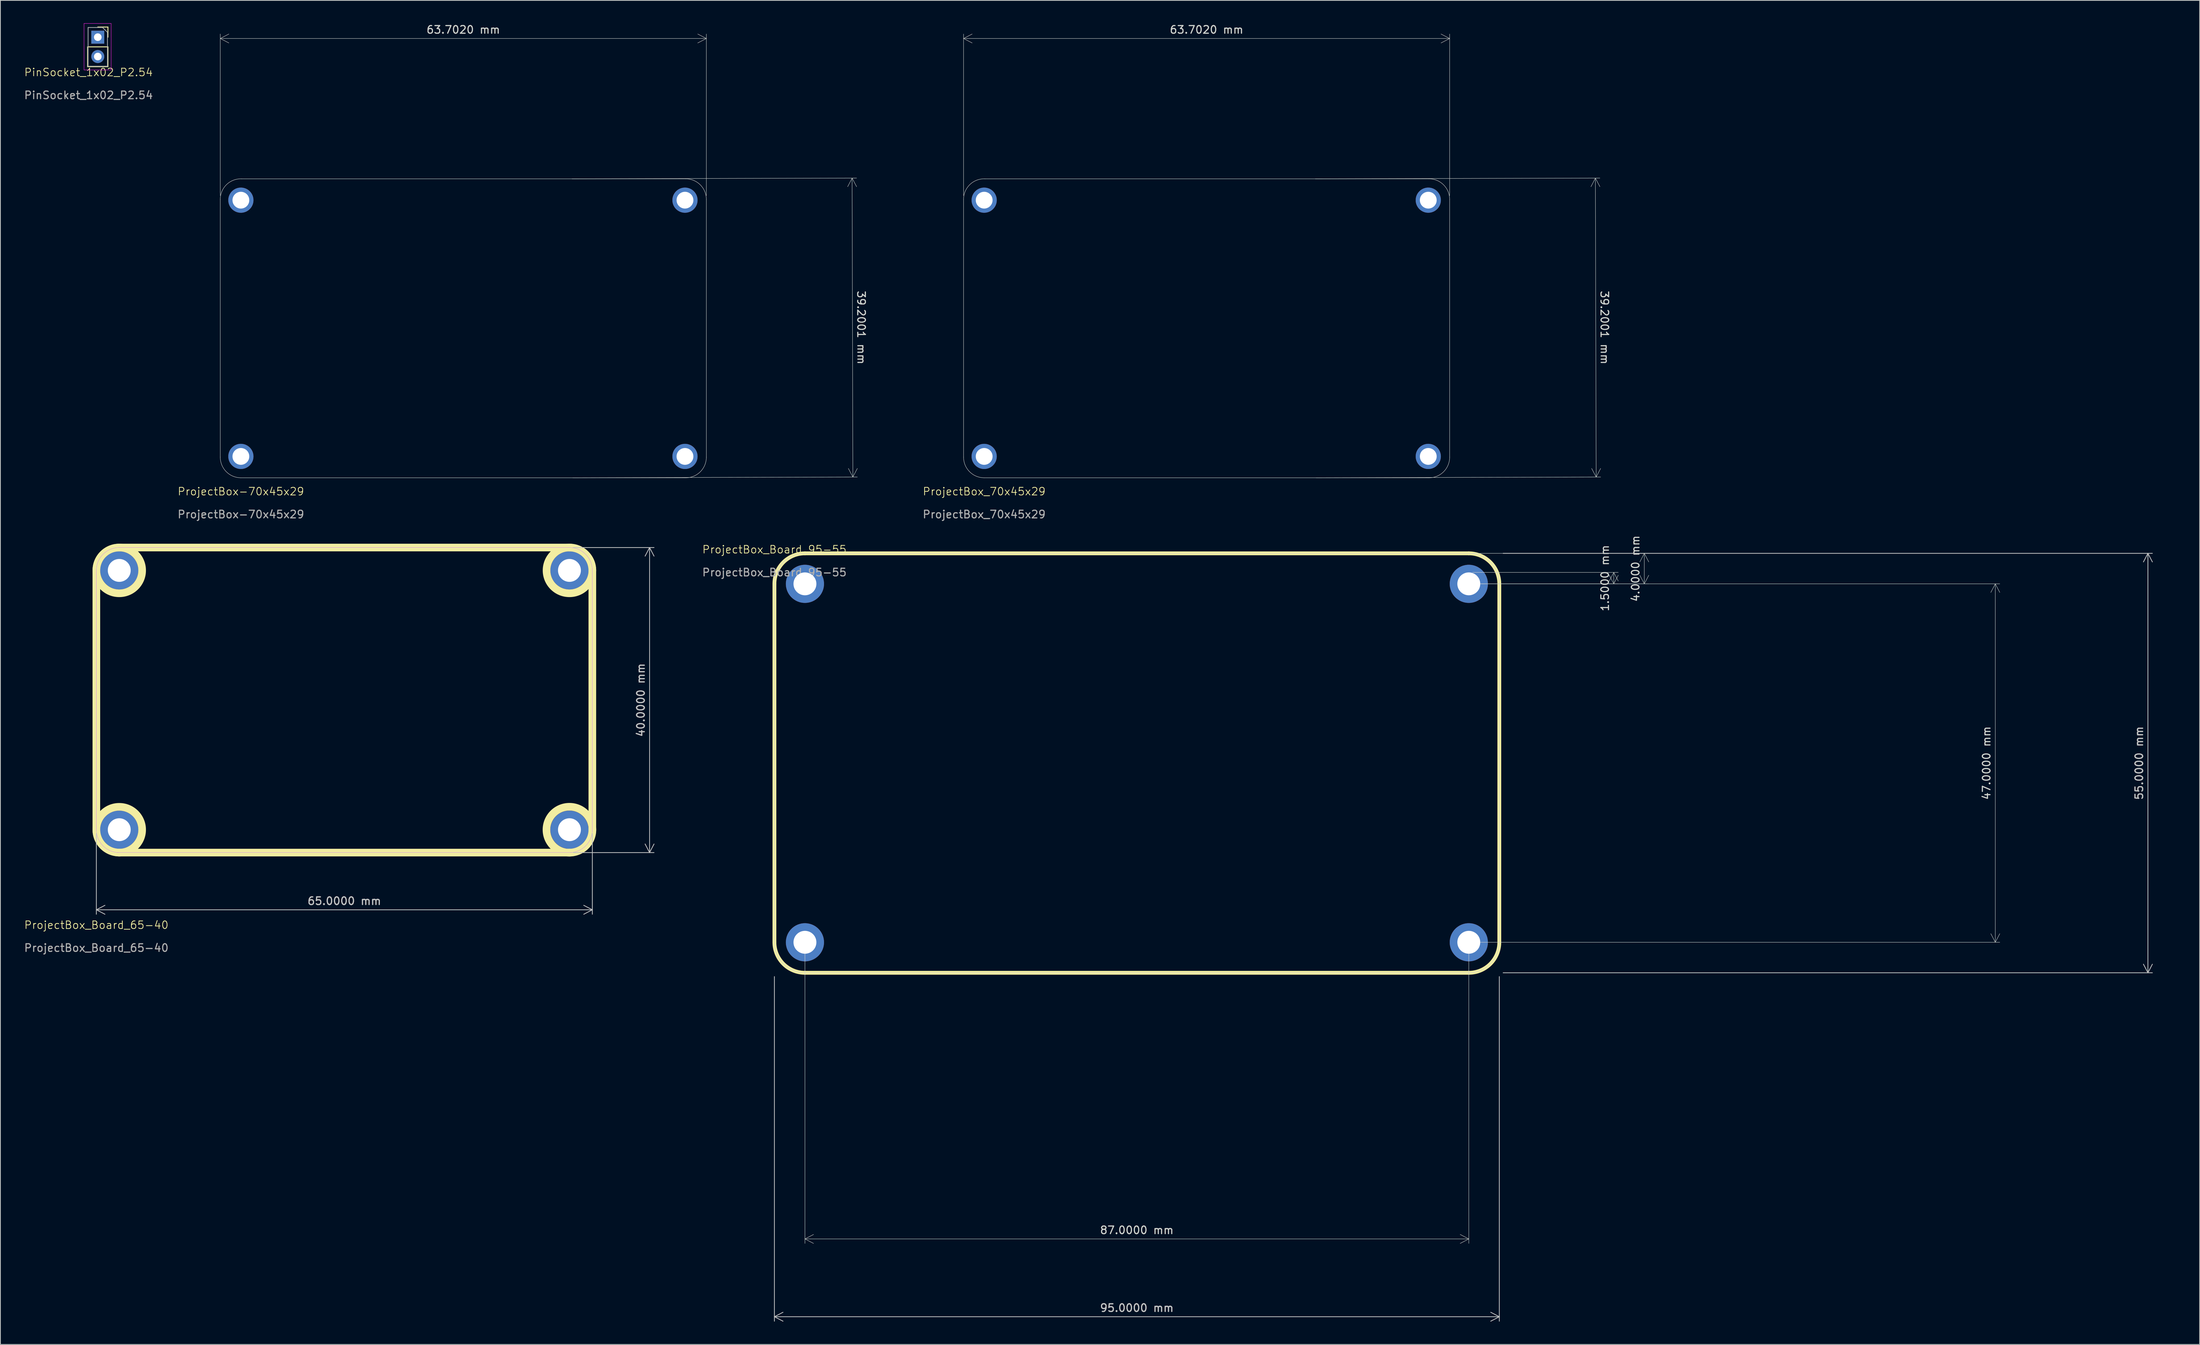
<source format=kicad_pcb>
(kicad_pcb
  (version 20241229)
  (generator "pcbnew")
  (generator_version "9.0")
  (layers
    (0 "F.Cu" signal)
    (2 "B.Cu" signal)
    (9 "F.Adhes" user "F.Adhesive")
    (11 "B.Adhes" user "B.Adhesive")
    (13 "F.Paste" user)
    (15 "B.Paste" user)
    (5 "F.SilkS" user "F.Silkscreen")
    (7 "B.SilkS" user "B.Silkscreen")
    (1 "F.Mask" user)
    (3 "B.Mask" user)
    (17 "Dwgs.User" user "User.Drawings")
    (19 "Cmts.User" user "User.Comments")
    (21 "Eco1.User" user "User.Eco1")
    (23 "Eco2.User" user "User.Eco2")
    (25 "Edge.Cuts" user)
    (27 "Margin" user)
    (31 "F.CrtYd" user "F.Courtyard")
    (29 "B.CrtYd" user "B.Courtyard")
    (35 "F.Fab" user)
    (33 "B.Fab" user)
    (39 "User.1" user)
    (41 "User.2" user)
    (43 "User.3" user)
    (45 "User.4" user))
  (footprint "PinSocket_1x02_P2.54"
    (layer "F.Cu")
    (at 8.554 6.935)
    (property "Reference" "PinSocket_1x02_P2.54" (at 0 -0.5 0) (unlocked yes) (layer "F.SilkS") (effects (font (size 1 1) (thickness 0.1))))
    (attr through_hole)
    (fp_line (start -0.12 -3.84) (end -0.12 -1.24) (stroke (width 0.12) (type solid)) (layer "F.SilkS"))
    (fp_line (start -0.12 -3.84) (end 2.54 -3.84) (stroke (width 0.12) (type solid)) (layer "F.SilkS"))
    (fp_line (start -0.12 -1.24) (end 2.54 -1.24) (stroke (width 0.12) (type solid)) (layer "F.SilkS"))
    (fp_line (start 1.21 -6.44) (end 2.54 -6.44) (stroke (width 0.12) (type solid)) (layer "F.SilkS"))
    (fp_line (start 2.54 -6.44) (end 2.54 -5.11) (stroke (width 0.12) (type solid)) (layer "F.SilkS"))
    (fp_line (start 2.54 -3.84) (end 2.54 -1.24) (stroke (width 0.12) (type solid)) (layer "F.SilkS"))
    (fp_line (start -0.59 -6.91) (end 2.96 -6.91) (stroke (width 0.05) (type solid)) (layer "F.CrtYd"))
    (fp_line (start -0.59 -0.81) (end -0.59 -6.91) (stroke (width 0.05) (type solid)) (layer "F.CrtYd"))
    (fp_line (start 2.96 -6.91) (end 2.96 -0.81) (stroke (width 0.05) (type solid)) (layer "F.CrtYd"))
    (fp_line (start 2.96 -0.81) (end -0.59 -0.81) (stroke (width 0.05) (type solid)) (layer "F.CrtYd"))
    (fp_line (start -0.06 -6.38) (end 1.845 -6.38) (stroke (width 0.1) (type solid)) (layer "F.Fab"))
    (fp_line (start -0.06 -1.3) (end -0.06 -6.38) (stroke (width 0.1) (type solid)) (layer "F.Fab"))
    (fp_line (start 1.845 -6.38) (end 2.48 -5.745) (stroke (width 0.1) (type solid)) (layer "F.Fab"))
    (fp_line (start 2.48 -5.745) (end 2.48 -1.3) (stroke (width 0.1) (type solid)) (layer "F.Fab"))
    (fp_line (start 2.48 -1.3) (end -0.06 -1.3) (stroke (width 0.1) (type solid)) (layer "F.Fab"))
    (fp_text user "${REFERENCE}" (at 0 2.5 0) (unlocked yes) (layer "F.Fab") (effects (font (size 1 1) (thickness 0.15))))
    (pad "1" thru_hole rect (at 1.21 -5.11) (size 1.7 1.7) (drill 1) (layers "*.Cu" "*.Mask"))
    (pad "2" thru_hole oval (at 1.21 -2.57) (size 1.7 1.7) (drill 1) (layers "*.Cu" "*.Mask")))
  (footprint "ProjectBox_70x45x29"
    (layer "F.Cu")
    (at 125.928 61.898)
    (property "Reference" "ProjectBox_70x45x29" (at 0 -0.5 0) (unlocked yes) (layer "F.SilkS") (effects (font (size 1 1) (thickness 0.1))))
    (attr through_hole)
    (fp_line (start -2.702 -38.8) (end -2.7 -5) (stroke (width 0.05) (type default)) (layer "Edge.Cuts"))
    (fp_line (start 0 -2.3) (end 58.2 -2.3) (stroke (width 0.05) (type default)) (layer "Edge.Cuts"))
    (fp_line (start 58.3 -41.5) (end 0.1 -41.5) (stroke (width 0.05) (type default)) (layer "Edge.Cuts"))
    (fp_line (start 61.002 -5) (end 61 -38.8) (stroke (width 0.05) (type default)) (layer "Edge.Cuts"))
    (fp_arc (start -2.701851 -38.8) (mid -1.874808 -40.745531) (end 0.1 -41.5) (stroke (width 0.05) (type default)) (layer "Edge.Cuts"))
    (fp_arc (start 0 -2.3) (mid -1.909188 -3.090812) (end -2.7 -5) (stroke (width 0.05) (type default)) (layer "Edge.Cuts"))
    (fp_arc (start 58.3 -41.5) (mid 60.209188 -40.709188) (end 61 -38.8) (stroke (width 0.05) (type default)) (layer "Edge.Cuts"))
    (fp_arc (start 61.001851 -5) (mid 60.174808 -3.054469) (end 58.2 -2.3) (stroke (width 0.05) (type default)) (layer "Edge.Cuts"))
    (fp_text user "${REFERENCE}" (at 0 2.5 0) (unlocked yes) (layer "F.Fab") (effects (font (size 1 1) (thickness 0.15))))
    (dimension (type aligned) (layer "Edge.Cuts") (pts (xy 123.226 23.098) (xy 186.928 23.098)) (height -21.1) (format (prefix "") (suffix "") (units 3) (units_format 1) (precision 4)) (style (thickness 0.05) (arrow_length 1.27) (text_position_mode 0) (arrow_direction outward) (extension_height 0.586) (extension_offset 0.5) (keep_text_aligned yes)) (gr_text "63.7019 mm" (at 155.077 0.848 0) (layer "Edge.Cuts") (effects (font (size 1 1) (thickness 0.15)))))
    (dimension (type aligned) (layer "Edge.Cuts") (pts (xy 168.928 59.598) (xy 168.828 20.398)) (height 37.203) (format (prefix "") (suffix "") (units 3) (units_format 1) (precision 4)) (style (thickness 0.05) (arrow_length 1.27) (text_position_mode 0) (arrow_direction outward) (extension_height 0.586) (extension_offset 0.5) (keep_text_aligned yes)) (gr_text "39.2001 mm" (at 207.23 39.9 -89.854) (layer "Edge.Cuts") (effects (font (size 1 1) (thickness 0.15)))))
    (dimension (type aligned) (layer "User.1") (pts (xy 184.128 23.198) (xy 184.128 56.798)) (height -11.9) (format (prefix "") (suffix "") (units 3) (units_format 1) (precision 4)) (style (thickness 0.1) (arrow_length 1.27) (text_position_mode 0) (arrow_direction outward) (extension_height 0.586) (extension_offset 0.5) (keep_text_aligned yes)) (gr_text "33.6000 mm" (at 194.878 39.998 90) (layer "User.1") (effects (font (size 1 1) (thickness 0.15)))))
    (dimension (type aligned) (layer "User.1") (pts (xy 125.928 23.198) (xy 184.128 23.198)) (height -11.4) (format (prefix "") (suffix "") (units 3) (units_format 1) (precision 4)) (style (thickness 0.1) (arrow_length 1.27) (text_position_mode 0) (arrow_direction outward) (extension_height 0.586) (extension_offset 0.5) (keep_text_aligned yes)) (gr_text "58.2000 mm" (at 155.028 10.648 0) (layer "User.1") (effects (font (size 1 1) (thickness 0.15)))))
    (pad "1" thru_hole circle (at 0 -38.7) (size 3.3 3.3) (drill 2.2) (layers "*.Cu" "*.Mask"))
    (pad "1" thru_hole circle (at 0 -5.1) (size 3.3 3.3) (drill 2.2) (layers "*.Cu" "*.Mask"))
    (pad "1" thru_hole circle (at 58.2 -38.7) (size 3.3 3.3) (drill 2.2) (layers "*.Cu" "*.Mask"))
    (pad "1" thru_hole circle (at 58.2 -5.1) (size 3.3 3.3) (drill 2.2) (layers "*.Cu" "*.Mask")))
  (footprint "ProjectBox_Board_95-55"
    (layer "F.Cu")
    (at 98.439 69.507)
    (property "Reference" "ProjectBox_Board_95-55" (at 0 -0.5 0) (unlocked yes) (layer "F.SilkS") (effects (font (size 1 1) (thickness 0.1))))
    (attr through_hole)
    (fp_line (start 0 51) (end 0 4) (stroke (width 0.5) (type default)) (layer "F.SilkS"))
    (fp_line (start 4 0) (end 91 0) (stroke (width 0.5) (type default)) (layer "F.SilkS"))
    (fp_line (start 91 55) (end 4 55) (stroke (width 0.5) (type default)) (layer "F.SilkS"))
    (fp_line (start 95 4) (end 95 51) (stroke (width 0.5) (type default)) (layer "F.SilkS"))
    (fp_arc (start 0 4) (mid 1.171573 1.171573) (end 4 0) (stroke (width 0.5) (type default)) (layer "F.SilkS"))
    (fp_arc (start 4 55) (mid 1.171572 53.828427) (end 0 51) (stroke (width 0.5) (type default)) (layer "F.SilkS"))
    (fp_arc (start 91 0) (mid 93.828427 1.171573) (end 95 4) (stroke (width 0.5) (type default)) (layer "F.SilkS"))
    (fp_arc (start 95 51) (mid 93.828427 53.828427) (end 91 55) (stroke (width 0.5) (type default)) (layer "F.SilkS"))
    (fp_line (start 0 51) (end 0 4) (stroke (width 0.05) (type default)) (layer "Edge.Cuts"))
    (fp_line (start 4 0) (end 91 0) (stroke (width 0.05) (type default)) (layer "Edge.Cuts"))
    (fp_line (start 91 55) (end 4 55) (stroke (width 0.05) (type default)) (layer "Edge.Cuts"))
    (fp_line (start 95 4) (end 95 51) (stroke (width 0.05) (type default)) (layer "Edge.Cuts"))
    (fp_arc (start 0 4) (mid 1.171573 1.171573) (end 4 0) (stroke (width 0.05) (type default)) (layer "Edge.Cuts"))
    (fp_arc (start 4 55) (mid 1.171573 53.828427) (end 0 51) (stroke (width 0.05) (type default)) (layer "Edge.Cuts"))
    (fp_arc (start 91 0) (mid 93.828427 1.171573) (end 95 4) (stroke (width 0.05) (type default)) (layer "Edge.Cuts"))
    (fp_arc (start 95 51) (mid 93.828427 53.828427) (end 91 55) (stroke (width 0.05) (type default)) (layer "Edge.Cuts"))
    (fp_text user "${REFERENCE}" (at 0 2.5 0) (unlocked yes) (layer "F.Fab") (effects (font (size 1 1) (thickness 0.15))))
    (dimension (type aligned) (layer "Dwgs.User") (pts (xy 98.439 124.507) (xy 193.439 124.507)) (height 45.1) (format (prefix "") (suffix "") (units 3) (units_format 1) (precision 4)) (style (thickness 0.1) (arrow_length 1.27) (text_position_mode 0) (arrow_direction outward) (extension_height 0.586) (extension_offset 0.5) (keep_text_aligned yes)) (gr_text "95.0000 mm" (at 145.939 168.457 0) (layer "Dwgs.User") (effects (font (size 1 1) (thickness 0.15)))))
    (dimension (type aligned) (layer "Dwgs.User") (pts (xy 193.439 69.507) (xy 193.439 124.507)) (height -85) (format (prefix "") (suffix "") (units 3) (units_format 1) (precision 4)) (style (thickness 0.1) (arrow_length 1.27) (text_position_mode 0) (arrow_direction outward) (extension_height 0.586) (extension_offset 0.5) (keep_text_aligned yes)) (gr_text "55.0000 mm" (at 277.289 97.007 90) (layer "Dwgs.User") (effects (font (size 1 1) (thickness 0.15)))))
    (dimension (type aligned) (layer "Edge.Cuts") (pts (xy 189.439 73.507) (xy 189.439 120.507)) (height -69) (format (prefix "") (suffix "") (units 3) (units_format 1) (precision 4)) (style (thickness 0.05) (arrow_length 1.27) (text_position_mode 0) (arrow_direction outward) (extension_height 0.586) (extension_offset 0.5) (keep_text_aligned yes)) (gr_text "47.0000 mm" (at 257.289 97.007 90) (layer "Edge.Cuts") (effects (font (size 1 1) (thickness 0.15)))))
    (dimension (type aligned) (layer "Edge.Cuts") (pts (xy 102.439 120.507) (xy 189.439 120.507)) (height 38.9) (format (prefix "") (suffix "") (units 3) (units_format 1) (precision 4)) (style (thickness 0.05) (arrow_length 1.27) (text_position_mode 0) (arrow_direction outward) (extension_height 0.586) (extension_offset 0.5) (keep_text_aligned yes)) (gr_text "87.0000 mm" (at 145.939 158.257 0) (layer "Edge.Cuts") (effects (font (size 1 1) (thickness 0.15)))))
    (dimension (type aligned) (layer "Edge.Cuts") (pts (xy 189.439 73.507) (xy 189.439 72.007)) (height 19) (format (prefix "") (suffix "") (units 3) (units_format 1) (precision 4)) (style (thickness 0.05) (arrow_length 1.27) (text_position_mode 0) (arrow_direction outward) (extension_height 0.586) (extension_offset 0.5) (keep_text_aligned yes)) (gr_text "1.5000 mm" (at 207.289 72.757 90) (layer "Edge.Cuts") (effects (font (size 1 1) (thickness 0.15)))))
    (dimension (type aligned) (layer "Edge.Cuts") (pts (xy 189.439 73.507) (xy 189.439 69.507)) (height 23) (format (prefix "") (suffix "") (units 3) (units_format 1) (precision 4)) (style (thickness 0.05) (arrow_length 1.27) (text_position_mode 0) (arrow_direction outward) (extension_height 0.586) (extension_offset 0.5) (keep_text_aligned yes)) (gr_text "4.0000 mm" (at 211.289 71.507 90) (layer "Edge.Cuts") (effects (font (size 1 1) (thickness 0.15)))))
    (pad "1" thru_hole circle (at 4 4) (size 5 5) (drill 3) (layers "*.Cu" "*.Mask"))
    (pad "2" thru_hole circle (at 4 51) (size 5 5) (drill 3) (layers "*.Cu" "*.Mask"))
    (pad "3" thru_hole circle (at 91 51) (size 5 5) (drill 3) (layers "*.Cu" "*.Mask"))
    (pad "4" thru_hole circle (at 91 4) (size 5 5) (drill 3) (layers "*.Cu" "*.Mask")))
  (footprint "ProjectBox_Board_65-40"
    (layer "F.Cu")
    (at 9.577 118.746)
    (property "Reference" "ProjectBox_Board_65-40" (at 0 -0.5 0) (unlocked yes) (layer "F.SilkS") (effects (font (size 1 1) (thickness 0.1))))
    (attr through_hole)
    (fp_line (start 0 -47) (end 0 -13) (stroke (width 1) (type default)) (layer "F.SilkS"))
    (fp_line (start 3 -50) (end 62 -50) (stroke (width 1) (type default)) (layer "F.SilkS"))
    (fp_line (start 3 -10) (end 62 -10) (stroke (width 1) (type default)) (layer "F.SilkS"))
    (fp_line (start 65 -47) (end 65 -13) (stroke (width 1) (type default)) (layer "F.SilkS"))
    (fp_arc (start 0 -47) (mid 0.87868 -49.12132) (end 3 -50) (stroke (width 1) (type default)) (layer "F.SilkS"))
    (fp_arc (start 3 -10) (mid 0.878679 -10.878679) (end 0 -13) (stroke (width 1) (type default)) (layer "F.SilkS"))
    (fp_arc (start 62 -50) (mid 64.12132 -49.12132) (end 65 -47) (stroke (width 1) (type default)) (layer "F.SilkS"))
    (fp_arc (start 65 -13) (mid 64.12132 -10.87868) (end 62 -10) (stroke (width 1) (type default)) (layer "F.SilkS"))
    (fp_circle (center 3 -13) (end 6 -13) (stroke (width 1) (type default)) (fill no) (layer "F.SilkS"))
    (fp_circle (center 3 -47) (end 6 -47) (stroke (width 1) (type default)) (fill no) (layer "F.SilkS"))
    (fp_circle (center 62 -47) (end 62 -50) (stroke (width 0.1) (type default)) (fill no) (layer "F.SilkS"))
    (fp_circle (center 62 -47) (end 65 -47) (stroke (width 1) (type default)) (fill no) (layer "F.SilkS"))
    (fp_circle (center 62 -13) (end 62.25 -16) (stroke (width 0.1) (type default)) (fill no) (layer "F.SilkS"))
    (fp_circle (center 62 -13) (end 65.01 -13) (stroke (width 1) (type default)) (fill no) (layer "F.SilkS"))
    (fp_line (start 0 -13) (end 0 -47) (stroke (width 0.05) (type default)) (layer "Edge.Cuts"))
    (fp_line (start 3 -50) (end 62 -50) (stroke (width 0.05) (type default)) (layer "Edge.Cuts"))
    (fp_line (start 62 -10) (end 3 -10) (stroke (width 0.05) (type default)) (layer "Edge.Cuts"))
    (fp_line (start 65 -47) (end 65 -13) (stroke (width 0.05) (type default)) (layer "Edge.Cuts"))
    (fp_arc (start 0 -47) (mid 0.87868 -49.12132) (end 3 -50) (stroke (width 0.05) (type default)) (layer "Edge.Cuts"))
    (fp_arc (start 3 -10) (mid 0.87868 -10.87868) (end 0 -13) (stroke (width 0.05) (type default)) (layer "Edge.Cuts"))
    (fp_arc (start 62 -50) (mid 64.12132 -49.12132) (end 65 -47) (stroke (width 0.05) (type default)) (layer "Edge.Cuts"))
    (fp_arc (start 65 -13) (mid 64.12132 -10.87868) (end 62 -10) (stroke (width 0.05) (type default)) (layer "Edge.Cuts"))
    (fp_circle (center 3 -47) (end 4 -48) (stroke (width 0.05) (type default)) (fill no) (layer "Edge.Cuts"))
    (fp_circle (center 3 -13) (end 4 -14) (stroke (width 0.05) (type default)) (fill no) (layer "Edge.Cuts"))
    (fp_circle (center 62 -47) (end 63 -48) (stroke (width 0.05) (type default)) (fill no) (layer "Edge.Cuts"))
    (fp_circle (center 62 -13) (end 63 -14) (stroke (width 0.05) (type default)) (fill no) (layer "Edge.Cuts"))
    (fp_line (start 0 -13) (end 0 -47) (stroke (width 0.05) (type default)) (layer "F.CrtYd"))
    (fp_line (start 3 -50) (end 62 -50) (stroke (width 0.05) (type default)) (layer "F.CrtYd"))
    (fp_line (start 62 -10) (end 3 -10) (stroke (width 0.05) (type default)) (layer "F.CrtYd"))
    (fp_line (start 65 -47) (end 65 -13) (stroke (width 0.05) (type default)) (layer "F.CrtYd"))
    (fp_arc (start 0 -47) (mid 0.87868 -49.12132) (end 3 -50) (stroke (width 0.05) (type default)) (layer "F.CrtYd"))
    (fp_arc (start 3 -10) (mid 0.87868 -10.87868) (end 0 -13) (stroke (width 0.05) (type default)) (layer "F.CrtYd"))
    (fp_arc (start 62 -50) (mid 64.12132 -49.12132) (end 65 -47) (stroke (width 0.05) (type default)) (layer "F.CrtYd"))
    (fp_arc (start 65 -13) (mid 64.12132 -10.87868) (end 62 -10) (stroke (width 0.05) (type default)) (layer "F.CrtYd"))
    (fp_text user "${REFERENCE}" (at 0 2.5 0) (unlocked yes) (layer "F.Fab") (effects (font (size 1 1) (thickness 0.15))))
    (dimension (type aligned) (layer "Dwgs.User") (pts (xy 71.577 108.746) (xy 71.577 68.746)) (height 10.5) (format (prefix "") (suffix "") (units 3) (units_format 1) (precision 4)) (style (thickness 0.1) (arrow_length 1.27) (text_position_mode 0) (arrow_direction outward) (extension_height 0.586) (extension_offset 0.5) (keep_text_aligned yes)) (gr_text "40.0000 mm" (at 80.927 88.746 90) (layer "Dwgs.User") (effects (font (size 1 1) (thickness 0.15)))))
    (dimension (type aligned) (layer "Dwgs.User") (pts (xy 9.577 105.746) (xy 74.577 105.746)) (height 10.5) (format (prefix "") (suffix "") (units 3) (units_format 1) (precision 4)) (style (thickness 0.1) (arrow_length 1.27) (text_position_mode 0) (arrow_direction outward) (extension_height 0.586) (extension_offset 0.5) (keep_text_aligned yes)) (gr_text "65.0000 mm" (at 42.077 115.097 0) (layer "Dwgs.User") (effects (font (size 1 1) (thickness 0.15)))))
    (pad "1" thru_hole circle (at 3 -47) (size 5 5) (drill 3) (layers "*.Cu" "*.Mask"))
    (pad "2" thru_hole circle (at 3 -13) (size 5 5) (drill 3) (layers "*.Cu" "*.Mask") (remove_unused_layers yes) (keep_end_layers yes) (zone_layer_connections))
    (pad "3" thru_hole circle (at 62 -13) (size 5 5) (drill 3) (layers "*.Cu" "*.Mask") (remove_unused_layers yes) (keep_end_layers yes) (zone_layer_connections))
    (pad "4" thru_hole circle (at 62 -47) (size 5 5) (drill 3) (layers "*.Cu" "*.Mask") (remove_unused_layers yes) (keep_end_layers yes) (zone_layer_connections)))
  (footprint "ProjectBox-70x45x29"
    (layer "F.Cu")
    (at 28.518 61.898)
    (property "Reference" "ProjectBox-70x45x29" (at 0 -0.5 0) (unlocked yes) (layer "F.SilkS") (effects (font (size 1 1) (thickness 0.1))))
    (attr through_hole)
    (fp_line (start -2.702 -38.8) (end -2.7 -5) (stroke (width 0.05) (type default)) (layer "Edge.Cuts"))
    (fp_line (start 0 -2.3) (end 58.2 -2.3) (stroke (width 0.05) (type default)) (layer "Edge.Cuts"))
    (fp_line (start 58.3 -41.5) (end 0.1 -41.5) (stroke (width 0.05) (type default)) (layer "Edge.Cuts"))
    (fp_line (start 61.002 -5) (end 61 -38.8) (stroke (width 0.05) (type default)) (layer "Edge.Cuts"))
    (fp_arc (start -2.701851 -38.8) (mid -1.874808 -40.745531) (end 0.1 -41.5) (stroke (width 0.05) (type default)) (layer "Edge.Cuts"))
    (fp_arc (start 0 -2.3) (mid -1.909188 -3.090812) (end -2.7 -5) (stroke (width 0.05) (type default)) (layer "Edge.Cuts"))
    (fp_arc (start 58.3 -41.5) (mid 60.209188 -40.709188) (end 61 -38.8) (stroke (width 0.05) (type default)) (layer "Edge.Cuts"))
    (fp_arc (start 61.001851 -5) (mid 60.174808 -3.054469) (end 58.2 -2.3) (stroke (width 0.05) (type default)) (layer "Edge.Cuts"))
    (fp_text user "${REFERENCE}" (at 0 2.5 0) (unlocked yes) (layer "F.Fab") (effects (font (size 1 1) (thickness 0.15))))
    (dimension (type aligned) (layer "Edge.Cuts") (pts (xy 71.518 59.598) (xy 71.418 20.398)) (height 37.203) (format (prefix "") (suffix "") (units 3) (units_format 1) (precision 4)) (style (thickness 0.05) (arrow_length 1.27) (text_position_mode 0) (arrow_direction outward) (extension_height 0.586) (extension_offset 0.5) (keep_text_aligned yes)) (gr_text "39.2001 mm" (at 109.82 39.9 -89.854) (layer "Edge.Cuts") (effects (font (size 1 1) (thickness 0.15)))))
    (dimension (type aligned) (layer "Edge.Cuts") (pts (xy 25.816 23.098) (xy 89.518 23.098)) (height -21.1) (format (prefix "") (suffix "") (units 3) (units_format 1) (precision 4)) (style (thickness 0.05) (arrow_length 1.27) (text_position_mode 0) (arrow_direction outward) (extension_height 0.586) (extension_offset 0.5) (keep_text_aligned yes)) (gr_text "63.7019 mm" (at 57.667 0.848 0) (layer "Edge.Cuts") (effects (font (size 1 1) (thickness 0.15)))))
    (dimension (type aligned) (layer "User.1") (pts (xy 28.518 23.198) (xy 86.718 23.198)) (height -11.4) (format (prefix "") (suffix "") (units 3) (units_format 1) (precision 4)) (style (thickness 0.1) (arrow_length 1.27) (text_position_mode 0) (arrow_direction outward) (extension_height 0.586) (extension_offset 0.5) (keep_text_aligned yes)) (gr_text "58.2000 mm" (at 57.618 10.648 0) (layer "User.1") (effects (font (size 1 1) (thickness 0.15)))))
    (dimension (type aligned) (layer "User.1") (pts (xy 86.718 23.198) (xy 86.718 56.798)) (height -11.9) (format (prefix "") (suffix "") (units 3) (units_format 1) (precision 4)) (style (thickness 0.1) (arrow_length 1.27) (text_position_mode 0) (arrow_direction outward) (extension_height 0.586) (extension_offset 0.5) (keep_text_aligned yes)) (gr_text "33.6000 mm" (at 97.468 39.998 90) (layer "User.1") (effects (font (size 1 1) (thickness 0.15)))))
    (pad "1" thru_hole circle (at 0 -38.7) (size 3.3 3.3) (drill 2.2) (layers "*.Cu" "*.Mask"))
    (pad "1" thru_hole circle (at 0 -5.1) (size 3.3 3.3) (drill 2.2) (layers "*.Cu" "*.Mask"))
    (pad "1" thru_hole circle (at 58.2 -38.7) (size 3.3 3.3) (drill 2.2) (layers "*.Cu" "*.Mask"))
    (pad "1" thru_hole circle (at 58.2 -5.1) (size 3.3 3.3) (drill 2.2) (layers "*.Cu" "*.Mask")))
  (gr_rect
    (start -3 -3)
    (end 285.224 173.243)
    (stroke (width 0.1) (type default))
    (fill no)
    (layer "Edge.Cuts")))
</source>
